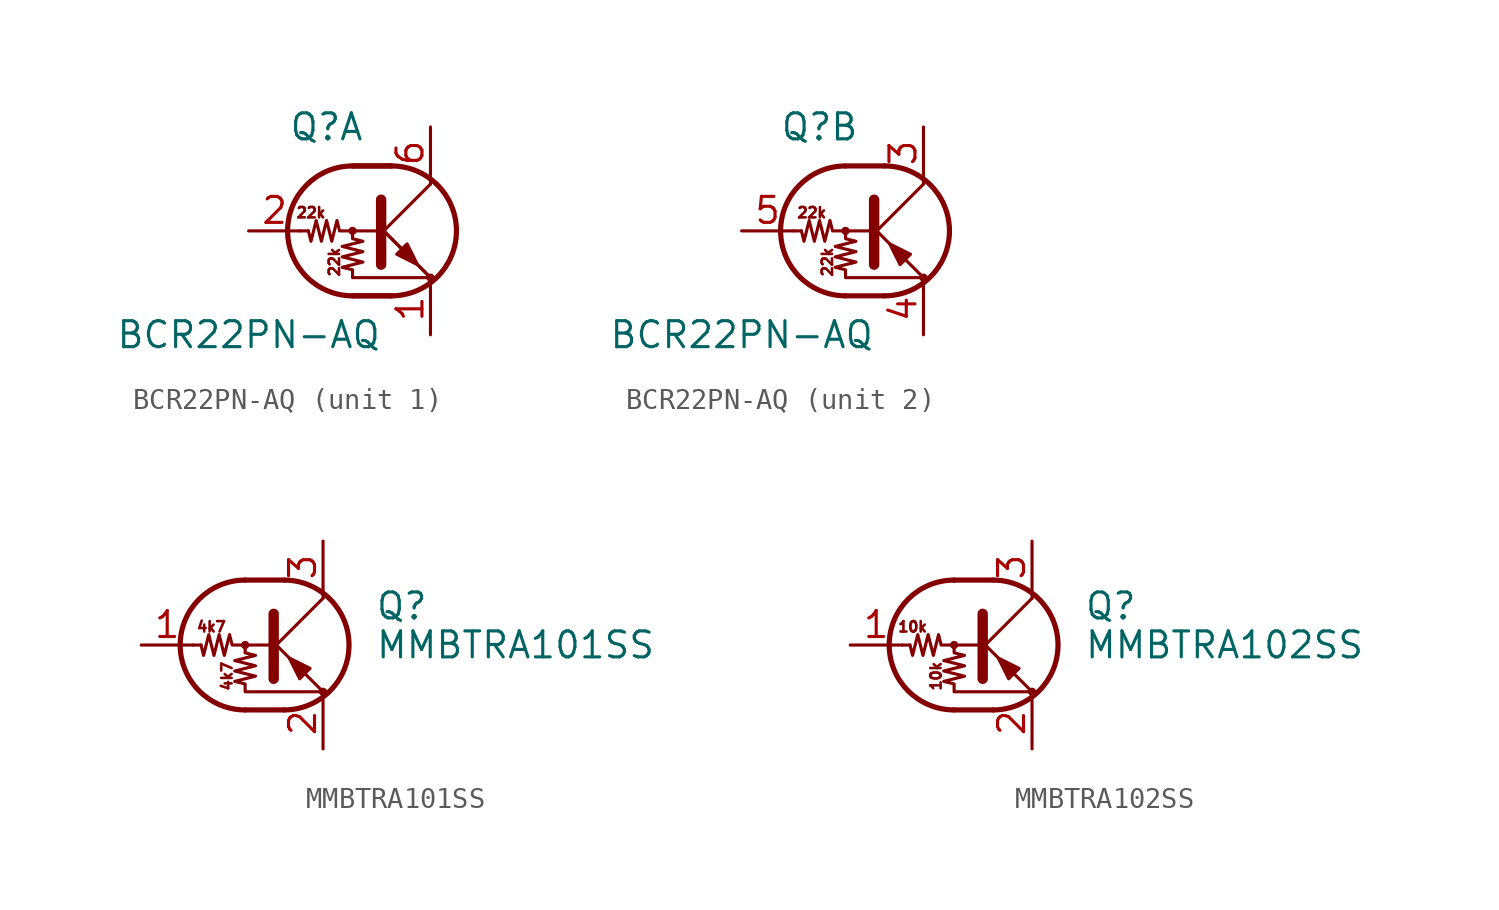
<source format=kicad_sym>
(kicad_symbol_lib
  (version 20241209)
  (generator "kicad_symbol_editor")
  (generator_version "9.0")
  (symbol "BCR22PN-AQ"
    (pin_names
      (offset 0)
      (hide yes))
    (property "Reference" "Q"
      (at -2.54 5.08 0)
      (effects (font (size 1.27 1.27))))
    (property "Value" "BCR22PN-AQ"
      (at -6.35 -5.08 0)
      (effects (font (size 1.27 1.27))))
    (property "ki_locked" ""
      (at 0 0 0)
      (effects (font (size 1.27 1.27))))
    (symbol "BCR22PN-AQ_0_1"
      (polyline (pts (xy -1.27 3.175) (xy 0.635 3.175)) (stroke (width 0.254) (type default)) (fill (type none)))
      (polyline (pts (xy -1.27 -3.175) (xy 0.635 -3.175)) (stroke (width 0.254) (type default)) (fill (type none)))
      (polyline (pts (xy 2.54 -2.286) (xy 0 0.254) (xy 0 0.254)) (stroke (width 0) (type default)) (fill (type none))))
    (symbol "BCR22PN-AQ_1_1"
      (polyline (pts (xy -3.429 0) (xy -3.81 0)) (stroke (width 0) (type default)) (fill (type none)))
      (polyline (pts (xy -1.27 3.175) (xy 0.635 3.175)) (stroke (width 0.254) (type default)) (fill (type none)))
      (circle (center -1.27 0) (radius 0.127) (stroke (width 0) (type default)) (fill (type none)))
      (polyline (pts (xy -1.27 0) (xy -1.27 -0.381) (xy -0.762 -0.508) (xy -1.778 -0.762) (xy -0.762 -1.016) (xy -1.778 -1.27) (xy -0.762 -1.524) (xy -1.778 -1.778) (xy -1.27 -1.905) (xy -1.27 -2.286) (xy 2.54 -2.286)) (stroke (width 0) (type default)) (fill (type none)))
      (polyline (pts (xy -1.27 -3.175) (xy 0.635 -3.175)) (stroke (width 0.254) (type default)) (fill (type none)))
      (arc (start -1.27 -3.175) (mid -4.4312 0) (end -1.27 3.175) (stroke (width 0.254) (type default)) (fill (type none)))
      (polyline (pts (xy 0 0) (xy -1.905 0) (xy -2.032 0.508) (xy -2.286 -0.508) (xy -2.54 0.508) (xy -2.794 -0.508) (xy -3.048 0.508) (xy -3.302 -0.508) (xy -3.429 0)) (stroke (width 0) (type default)) (fill (type none)))
      (polyline (pts (xy 0 -0.254) (xy 2.54 2.286)) (stroke (width 0) (type default)) (fill (type none)))
      (polyline (pts (xy 0.127 1.524) (xy 0.127 -1.651)) (stroke (width 0.508) (type default)) (fill (type outline)))
      (arc (start 0.635 3.175) (mid 3.7962 0) (end 0.635 -3.175) (stroke (width 0.254) (type default)) (fill (type none)))
      (polyline (pts (xy 0.889 -1.143) (xy 1.397 -0.635) (xy 1.905 -1.651) (xy 0.889 -1.143)) (stroke (width 0) (type default)) (fill (type outline)))
      (polyline (pts (xy 2.54 2.286) (xy 2.54 2.54)) (stroke (width 0) (type default)) (fill (type none)))
      (polyline (pts (xy 2.54 -2.286) (xy 0 0.254) (xy 0 0.254)) (stroke (width 0) (type default)) (fill (type none)))
      (circle (center 2.54 -2.286) (radius 0.127) (stroke (width 0) (type default)) (fill (type none)))
      (text "22k" (at -3.302 0.889 0) (effects (font (size 0.508 0.508))))
      (text "22k" (at -2.159 -1.524 900) (effects (font (size 0.508 0.508))))
      (pin input line (at -6.35 0 0) (length 2.54) (name "B" (effects (font (size 1.27 1.27)))) (number "2" (effects (font (size 1.27 1.27)))))
      (pin passive line (at 2.54 5.08 270) (length 2.54) (name "C" (effects (font (size 1.27 1.27)))) (number "6" (effects (font (size 1.27 1.27)))))
      (pin passive line (at 2.54 -5.08 90) (length 2.54) (name "E" (effects (font (size 1.27 1.27)))) (number "1" (effects (font (size 1.27 1.27))))))
    (symbol "BCR22PN-AQ_2_1"
      (polyline (pts (xy -3.429 0) (xy -3.81 0)) (stroke (width 0) (type default)) (fill (type none)))
      (circle (center -1.27 0) (radius 0.127) (stroke (width 0) (type default)) (fill (type none)))
      (polyline (pts (xy -1.27 0) (xy -1.27 -0.381) (xy -0.762 -0.508) (xy -1.778 -0.762) (xy -0.762 -1.016) (xy -1.778 -1.27) (xy -0.762 -1.524) (xy -1.778 -1.778) (xy -1.27 -1.905) (xy -1.27 -2.286) (xy 2.54 -2.286)) (stroke (width 0) (type default)) (fill (type none)))
      (arc (start -1.27 -3.175) (mid -4.4312 0) (end -1.27 3.175) (stroke (width 0.254) (type default)) (fill (type none)))
      (polyline (pts (xy 0 0) (xy -1.905 0) (xy -2.032 0.508) (xy -2.286 -0.508) (xy -2.54 0.508) (xy -2.794 -0.508) (xy -3.048 0.508) (xy -3.302 -0.508) (xy -3.429 0)) (stroke (width 0) (type default)) (fill (type none)))
      (polyline (pts (xy 0 -0.254) (xy 2.54 2.286)) (stroke (width 0) (type default)) (fill (type none)))
      (polyline (pts (xy 0.127 1.524) (xy 0.127 -1.651)) (stroke (width 0.508) (type default)) (fill (type outline)))
      (arc (start 0.635 3.175) (mid 3.7962 0) (end 0.635 -3.175) (stroke (width 0.254) (type default)) (fill (type none)))
      (polyline (pts (xy 1.397 -1.651) (xy 1.905 -1.143) (xy 0.889 -0.635) (xy 1.397 -1.651)) (stroke (width 0) (type default)) (fill (type outline)))
      (polyline (pts (xy 2.54 2.286) (xy 2.54 2.54)) (stroke (width 0) (type default)) (fill (type none)))
      (circle (center 2.54 -2.286) (radius 0.127) (stroke (width 0) (type default)) (fill (type none)))
      (text "22k" (at -2.921 0.889 0) (effects (font (size 0.508 0.508))))
      (text "22k" (at -2.159 -1.524 900) (effects (font (size 0.508 0.508))))
      (pin input line (at -6.35 0 0) (length 2.54) (name "B" (effects (font (size 1.27 1.27)))) (number "5" (effects (font (size 1.27 1.27)))))
      (pin passive line (at 2.54 5.08 270) (length 2.54) (name "C" (effects (font (size 1.27 1.27)))) (number "3" (effects (font (size 1.27 1.27)))))
      (pin passive line (at 2.54 -5.08 90) (length 2.54) (name "E" (effects (font (size 1.27 1.27)))) (number "4" (effects (font (size 1.27 1.27)))))))
  (symbol "MMBTRA101SS"
    (pin_names
      (offset 0)
      (hide yes))
    (property "Reference" "Q"
      (at 5.08 1.905 0)
      (effects (font (size 1.27 1.27)) (justify left)))
    (property "Value" "MMBTRA101SS"
      (at 5.08 0 0)
      (effects (font (size 1.27 1.27)) (justify left)))
    (symbol "MMBTRA101SS_0_0"
      (text "4k7" (at -2.921 0.889 0) (effects (font (size 0.508 0.508))))
      (text "4k7" (at -2.159 -1.524 900) (effects (font (size 0.508 0.508)))))
    (symbol "MMBTRA101SS_0_1"
      (polyline (pts (xy -3.429 0) (xy -3.81 0)) (stroke (width 0) (type default)) (fill (type none)))
      (polyline (pts (xy -1.27 3.175) (xy 0.635 3.175)) (stroke (width 0.254) (type default)) (fill (type none)))
      (circle (center -1.27 0) (radius 0.127) (stroke (width 0) (type default)) (fill (type none)))
      (polyline (pts (xy -1.27 0) (xy -1.27 -0.381) (xy -0.762 -0.508) (xy -1.778 -0.762) (xy -0.762 -1.016) (xy -1.778 -1.27) (xy -0.762 -1.524) (xy -1.778 -1.778) (xy -1.27 -1.905) (xy -1.27 -2.286) (xy 2.54 -2.286)) (stroke (width 0) (type default)) (fill (type none)))
      (polyline (pts (xy -1.27 -3.175) (xy 0.635 -3.175)) (stroke (width 0.254) (type default)) (fill (type none)))
      (arc (start -1.27 -3.175) (mid -4.4312 0) (end -1.27 3.175) (stroke (width 0.254) (type default)) (fill (type none)))
      (polyline (pts (xy 0 0) (xy -1.905 0) (xy -2.032 0.508) (xy -2.286 -0.508) (xy -2.54 0.508) (xy -2.794 -0.508) (xy -3.048 0.508) (xy -3.302 -0.508) (xy -3.429 0)) (stroke (width 0) (type default)) (fill (type none)))
      (polyline (pts (xy 0 -0.254) (xy 2.54 2.286)) (stroke (width 0) (type default)) (fill (type none)))
      (polyline (pts (xy 0.127 1.524) (xy 0.127 -1.651)) (stroke (width 0.508) (type default)) (fill (type outline)))
      (arc (start 0.635 3.175) (mid 3.7962 0) (end 0.635 -3.175) (stroke (width 0.254) (type default)) (fill (type none)))
      (polyline (pts (xy 1.397 -1.651) (xy 1.905 -1.143) (xy 0.889 -0.635) (xy 1.397 -1.651)) (stroke (width 0) (type default)) (fill (type outline)))
      (polyline (pts (xy 2.54 2.286) (xy 2.54 2.54)) (stroke (width 0) (type default)) (fill (type none)))
      (polyline (pts (xy 2.54 -2.286) (xy 0 0.254) (xy 0 0.254)) (stroke (width 0) (type default)) (fill (type none)))
      (circle (center 2.54 -2.286) (radius 0.127) (stroke (width 0) (type default)) (fill (type none))))
    (symbol "MMBTRA101SS_1_1"
      (pin input line (at -6.35 0 0) (length 2.54) (name "B" (effects (font (size 1.27 1.27)))) (number "1" (effects (font (size 1.27 1.27)))))
      (pin passive line (at 2.54 5.08 270) (length 2.54) (name "C" (effects (font (size 1.27 1.27)))) (number "3" (effects (font (size 1.27 1.27)))))
      (pin passive line (at 2.54 -5.08 90) (length 2.54) (name "E" (effects (font (size 1.27 1.27)))) (number "2" (effects (font (size 1.27 1.27)))))))
  (symbol "MMBTRA102SS"
    (pin_names
      (offset 0)
      (hide yes))
    (property "Reference" "Q"
      (at 5.08 1.905 0)
      (effects (font (size 1.27 1.27)) (justify left)))
    (property "Value" "MMBTRA102SS"
      (at 5.08 0 0)
      (effects (font (size 1.27 1.27)) (justify left)))
    (symbol "MMBTRA102SS_0_0"
      (text "10k" (at -3.302 0.889 0) (effects (font (size 0.508 0.508))))
      (text "10k" (at -2.159 -1.524 900) (effects (font (size 0.508 0.508)))))
    (symbol "MMBTRA102SS_0_1"
      (polyline (pts (xy -3.429 0) (xy -3.81 0)) (stroke (width 0) (type default)) (fill (type none)))
      (polyline (pts (xy -1.27 3.175) (xy 0.635 3.175)) (stroke (width 0.254) (type default)) (fill (type none)))
      (circle (center -1.27 0) (radius 0.127) (stroke (width 0) (type default)) (fill (type none)))
      (polyline (pts (xy -1.27 0) (xy -1.27 -0.381) (xy -0.762 -0.508) (xy -1.778 -0.762) (xy -0.762 -1.016) (xy -1.778 -1.27) (xy -0.762 -1.524) (xy -1.778 -1.778) (xy -1.27 -1.905) (xy -1.27 -2.286) (xy 2.54 -2.286)) (stroke (width 0) (type default)) (fill (type none)))
      (polyline (pts (xy -1.27 -3.175) (xy 0.635 -3.175)) (stroke (width 0.254) (type default)) (fill (type none)))
      (arc (start -1.27 -3.175) (mid -4.4312 0) (end -1.27 3.175) (stroke (width 0.254) (type default)) (fill (type none)))
      (polyline (pts (xy 0 0) (xy -1.905 0) (xy -2.032 0.508) (xy -2.286 -0.508) (xy -2.54 0.508) (xy -2.794 -0.508) (xy -3.048 0.508) (xy -3.302 -0.508) (xy -3.429 0)) (stroke (width 0) (type default)) (fill (type none)))
      (polyline (pts (xy 0 -0.254) (xy 2.54 2.286)) (stroke (width 0) (type default)) (fill (type none)))
      (polyline (pts (xy 0.127 1.524) (xy 0.127 -1.651)) (stroke (width 0.508) (type default)) (fill (type outline)))
      (arc (start 0.635 3.175) (mid 3.7962 0) (end 0.635 -3.175) (stroke (width 0.254) (type default)) (fill (type none)))
      (polyline (pts (xy 1.397 -1.651) (xy 1.905 -1.143) (xy 0.889 -0.635) (xy 1.397 -1.651)) (stroke (width 0) (type default)) (fill (type outline)))
      (polyline (pts (xy 2.54 2.286) (xy 2.54 2.54)) (stroke (width 0) (type default)) (fill (type none)))
      (polyline (pts (xy 2.54 -2.286) (xy 0 0.254) (xy 0 0.254)) (stroke (width 0) (type default)) (fill (type none)))
      (circle (center 2.54 -2.286) (radius 0.127) (stroke (width 0) (type default)) (fill (type none))))
    (symbol "MMBTRA102SS_1_1"
      (pin input line (at -6.35 0 0) (length 2.54) (name "B" (effects (font (size 1.27 1.27)))) (number "1" (effects (font (size 1.27 1.27)))))
      (pin passive line (at 2.54 5.08 270) (length 2.54) (name "C" (effects (font (size 1.27 1.27)))) (number "3" (effects (font (size 1.27 1.27)))))
      (pin passive line (at 2.54 -5.08 90) (length 2.54) (name "E" (effects (font (size 1.27 1.27)))) (number "2" (effects (font (size 1.27 1.27))))))))
</source>
